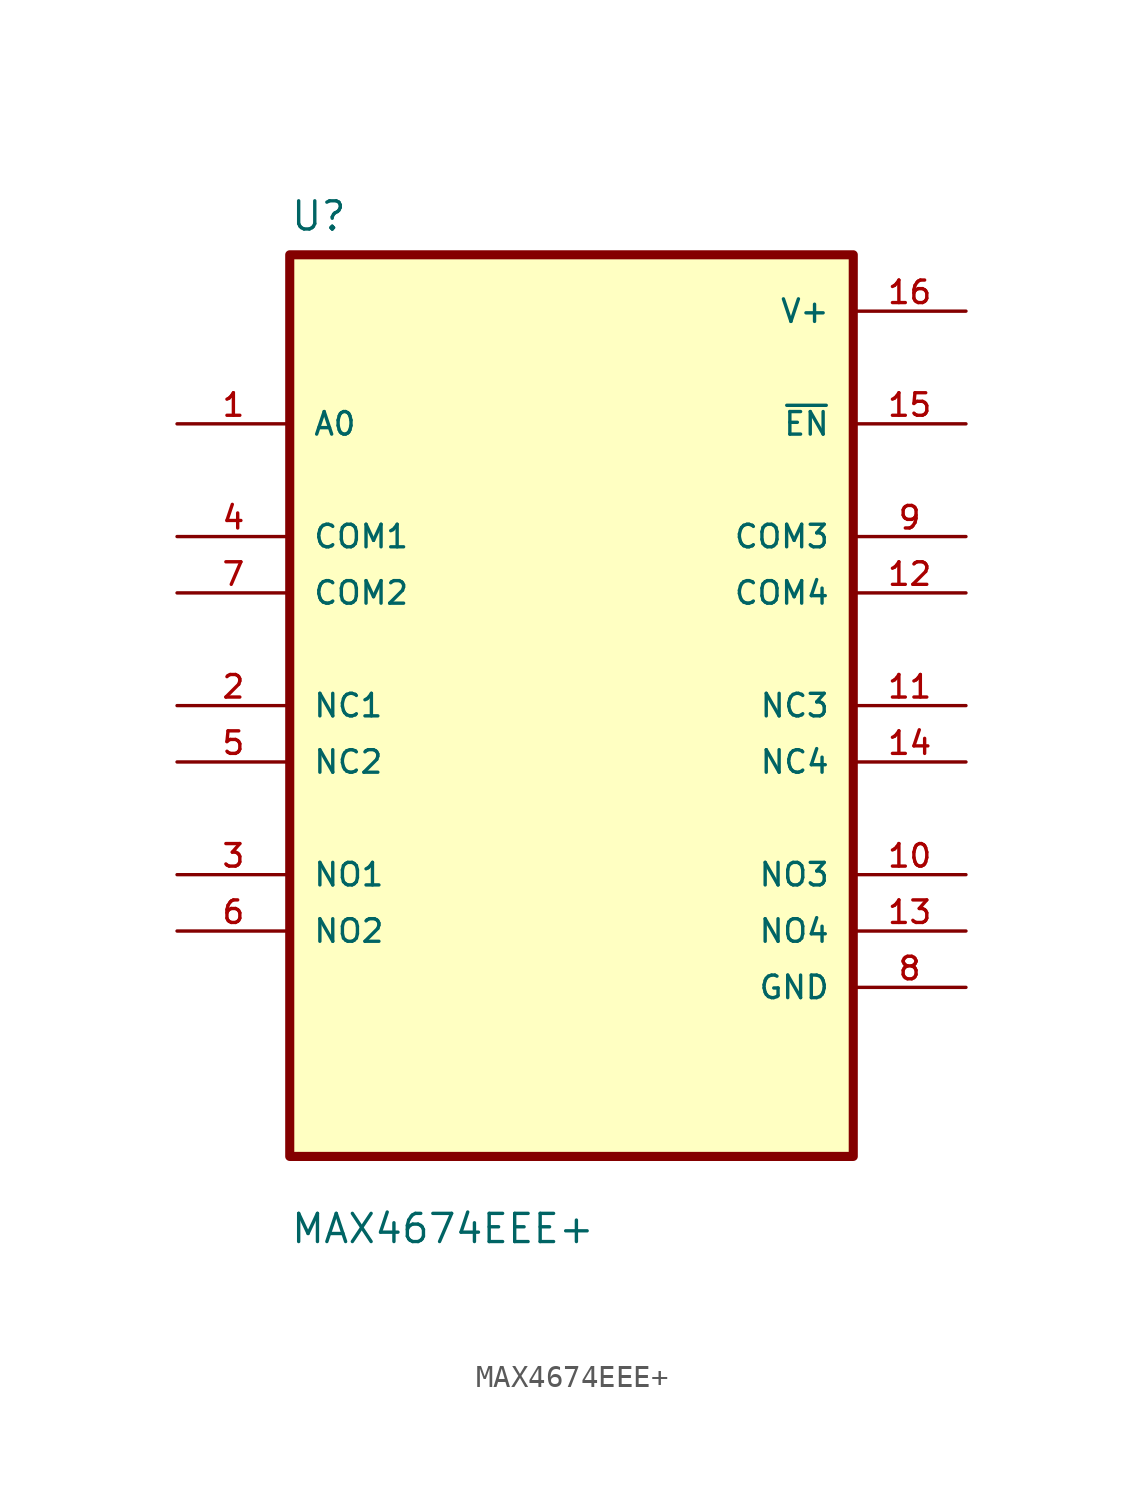
<source format=kicad_sym>
(kicad_symbol_lib
  (version 20211014)
  (generator kicad_symbol_editor)
  (symbol "MAX4674EEE+"
    (pin_names
      (offset 1.016))
    (property "Reference" "U"
      (at -12.7 21.32 0.0)
      (effects (font (size 1.27 1.27)) (justify bottom left)))
    (property "Value" "MAX4674EEE+"
      (at -12.7 -24.32 0.0)
      (effects (font (size 1.27 1.27)) (justify bottom left)))
    (symbol "MAX4674EEE+_0_0"
      (rectangle (start -12.7 -20.32) (end 12.7 20.32) (stroke (width 0.41)) (fill (type background)))
      (pin input line (at -17.78 12.7 0) (length 5.08) (name "A0" (effects (font (size 1.016 1.016)))) (number "1" (effects (font (size 1.016 1.016)))))
      (pin bidirectional line (at -17.78 7.62 0) (length 5.08) (name "COM1" (effects (font (size 1.016 1.016)))) (number "4" (effects (font (size 1.016 1.016)))))
      (pin bidirectional line (at -17.78 5.08 0) (length 5.08) (name "COM2" (effects (font (size 1.016 1.016)))) (number "7" (effects (font (size 1.016 1.016)))))
      (pin bidirectional line (at -17.78 0.0 0) (length 5.08) (name "NC1" (effects (font (size 1.016 1.016)))) (number "2" (effects (font (size 1.016 1.016)))))
      (pin bidirectional line (at -17.78 -2.54 0) (length 5.08) (name "NC2" (effects (font (size 1.016 1.016)))) (number "5" (effects (font (size 1.016 1.016)))))
      (pin bidirectional line (at -17.78 -7.62 0) (length 5.08) (name "NO1" (effects (font (size 1.016 1.016)))) (number "3" (effects (font (size 1.016 1.016)))))
      (pin bidirectional line (at -17.78 -10.16 0) (length 5.08) (name "NO2" (effects (font (size 1.016 1.016)))) (number "6" (effects (font (size 1.016 1.016)))))
      (pin power_in line (at 17.78 17.78 180.0) (length 5.08) (name "V+" (effects (font (size 1.016 1.016)))) (number "16" (effects (font (size 1.016 1.016)))))
      (pin output line (at 17.78 12.7 180.0) (length 5.08) (name "~{EN}" (effects (font (size 1.016 1.016)))) (number "15" (effects (font (size 1.016 1.016)))))
      (pin bidirectional line (at 17.78 7.62 180.0) (length 5.08) (name "COM3" (effects (font (size 1.016 1.016)))) (number "9" (effects (font (size 1.016 1.016)))))
      (pin bidirectional line (at 17.78 5.08 180.0) (length 5.08) (name "COM4" (effects (font (size 1.016 1.016)))) (number "12" (effects (font (size 1.016 1.016)))))
      (pin bidirectional line (at 17.78 0.0 180.0) (length 5.08) (name "NC3" (effects (font (size 1.016 1.016)))) (number "11" (effects (font (size 1.016 1.016)))))
      (pin bidirectional line (at 17.78 -2.54 180.0) (length 5.08) (name "NC4" (effects (font (size 1.016 1.016)))) (number "14" (effects (font (size 1.016 1.016)))))
      (pin bidirectional line (at 17.78 -7.62 180.0) (length 5.08) (name "NO3" (effects (font (size 1.016 1.016)))) (number "10" (effects (font (size 1.016 1.016)))))
      (pin bidirectional line (at 17.78 -10.16 180.0) (length 5.08) (name "NO4" (effects (font (size 1.016 1.016)))) (number "13" (effects (font (size 1.016 1.016)))))
      (pin power_in line (at 17.78 -12.7 180.0) (length 5.08) (name "GND" (effects (font (size 1.016 1.016)))) (number "8" (effects (font (size 1.016 1.016))))))))
</source>
